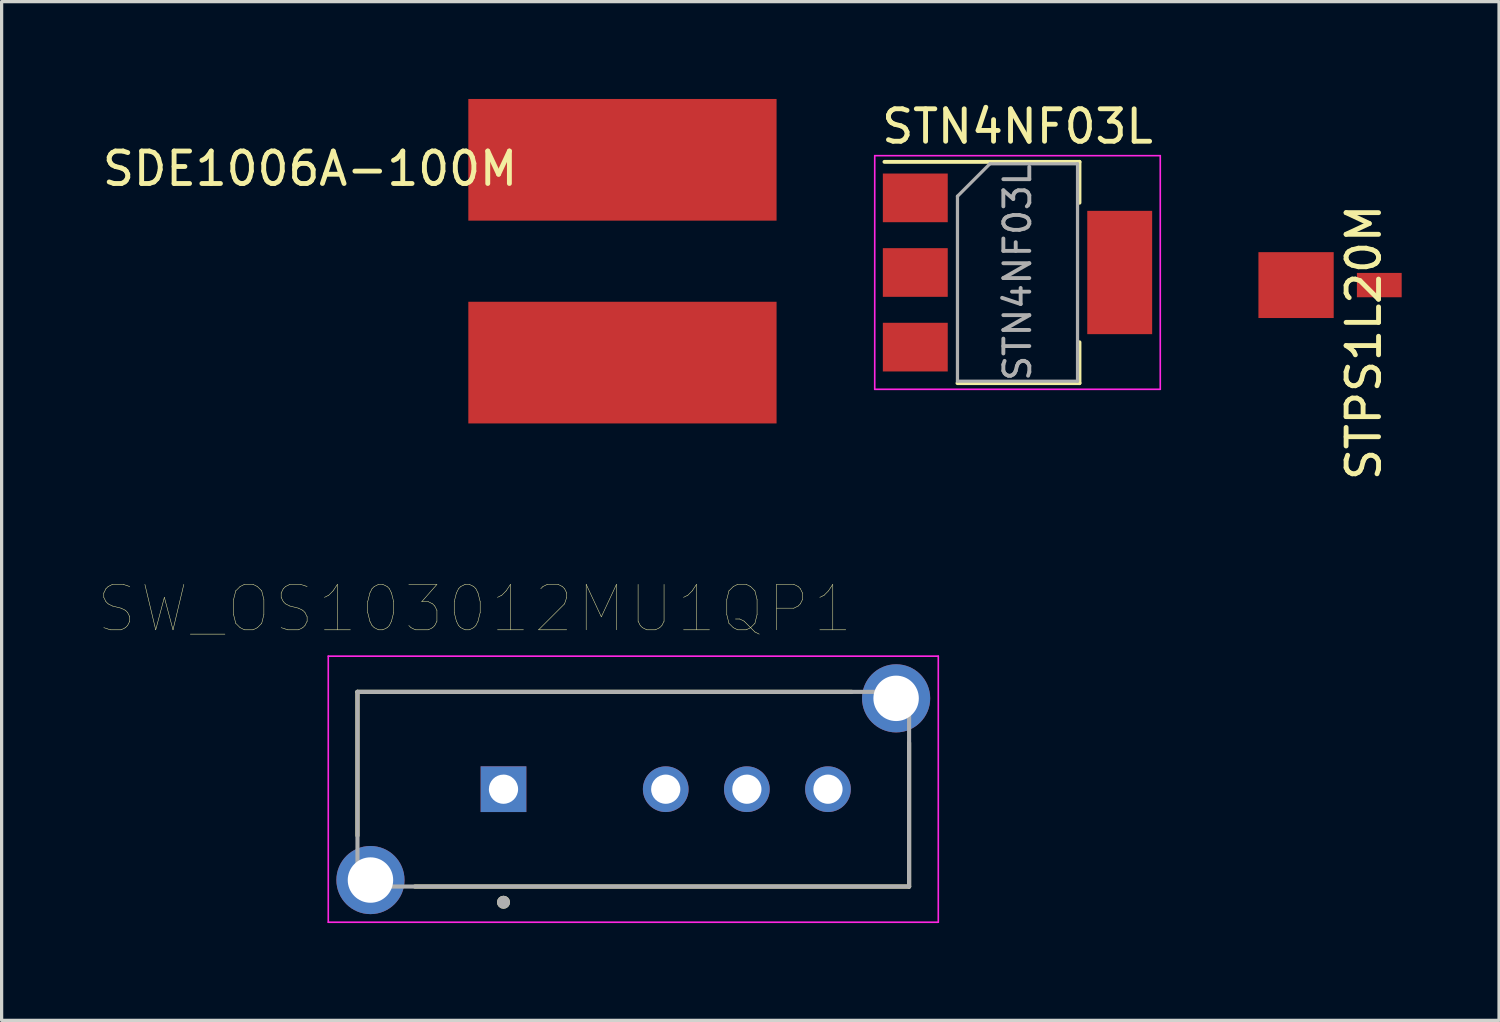
<source format=kicad_pcb>
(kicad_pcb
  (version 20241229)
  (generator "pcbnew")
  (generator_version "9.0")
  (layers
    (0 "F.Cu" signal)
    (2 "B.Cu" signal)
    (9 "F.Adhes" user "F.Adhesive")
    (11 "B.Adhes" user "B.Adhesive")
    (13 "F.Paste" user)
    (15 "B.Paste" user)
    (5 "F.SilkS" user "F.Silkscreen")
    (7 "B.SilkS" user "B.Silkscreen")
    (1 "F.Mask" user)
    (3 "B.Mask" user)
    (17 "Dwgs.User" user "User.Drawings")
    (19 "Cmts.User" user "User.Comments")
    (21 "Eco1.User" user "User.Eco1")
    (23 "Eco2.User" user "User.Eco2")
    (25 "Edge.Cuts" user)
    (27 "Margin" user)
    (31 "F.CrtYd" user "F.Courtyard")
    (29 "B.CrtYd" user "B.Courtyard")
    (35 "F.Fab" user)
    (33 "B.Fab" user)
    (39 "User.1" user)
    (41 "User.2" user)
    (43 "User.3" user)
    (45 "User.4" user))
  (footprint "SDE1006A-100M"
    (layer "F.Cu")
    (at 16.133 3.75)
    (property "Reference" "SDE1006A-100M" (at -9.627 -1.6 0) (layer "F.SilkS") (effects (font (size 1 1) (thickness 0.15))))
    (attr through_hole)
    (pad "1" smd rect (at 0 -1.875) (size 9.5 3.75) (layers "F.Cu" "F.Mask" "F.Paste"))
    (pad "2" smd rect (at 0 4.375) (size 9.5 3.75) (layers "F.Cu" "F.Mask" "F.Paste")))
  (footprint "SW_OS103012MU1QP1"
    (layer "F.Cu")
    (at 16.467 21.272)
    (property "Reference" "SW_OS103012MU1QP1" (at -4.885 -5.559 0) (layer "F.SilkS") (effects (font (size 1.4 1.4) (thickness 0.015))))
    (attr through_hole)
    (fp_line (start -8.5 -3) (end -8.5 1.43) (stroke (width 0.127) (type solid)) (layer "F.SilkS"))
    (fp_line (start -6.73 3) (end 8.5 3) (stroke (width 0.127) (type solid)) (layer "F.SilkS"))
    (fp_line (start 6.73 -3) (end -8.5 -3) (stroke (width 0.127) (type solid)) (layer "F.SilkS"))
    (fp_line (start 8.5 3) (end 8.5 -1.43) (stroke (width 0.127) (type solid)) (layer "F.SilkS"))
    (fp_circle (center -4 3.484) (end -3.9 3.484) (stroke (width 0.2) (type solid)) (fill no) (layer "F.SilkS"))
    (fp_line (start -9.4 -4.1) (end -9.4 4.1) (stroke (width 0.05) (type solid)) (layer "F.CrtYd"))
    (fp_line (start -9.4 4.1) (end 9.4 4.1) (stroke (width 0.05) (type solid)) (layer "F.CrtYd"))
    (fp_line (start 9.4 -4.1) (end -9.4 -4.1) (stroke (width 0.05) (type solid)) (layer "F.CrtYd"))
    (fp_line (start 9.4 4.1) (end 9.4 -4.1) (stroke (width 0.05) (type solid)) (layer "F.CrtYd"))
    (fp_line (start -8.5 -3) (end -8.5 3) (stroke (width 0.127) (type solid)) (layer "F.Fab"))
    (fp_line (start -8.5 3) (end 8.5 3) (stroke (width 0.127) (type solid)) (layer "F.Fab"))
    (fp_line (start 8.5 -3) (end -8.5 -3) (stroke (width 0.127) (type solid)) (layer "F.Fab"))
    (fp_line (start 8.5 3) (end 8.5 -3) (stroke (width 0.127) (type solid)) (layer "F.Fab"))
    (fp_circle (center -4 3.484) (end -3.9 3.484) (stroke (width 0.2) (type solid)) (fill no) (layer "F.Fab"))
    (pad "1" thru_hole rect (at -4 0) (size 1.408 1.408) (drill 0.9) (layers "*.Cu" "*.Mask"))
    (pad "2" thru_hole circle (at 1 0) (size 1.408 1.408) (drill 0.9) (layers "*.Cu" "*.Mask"))
    (pad "3" thru_hole circle (at 3.5 0) (size 1.408 1.408) (drill 0.9) (layers "*.Cu" "*.Mask"))
    (pad "4" thru_hole circle (at 6 0) (size 1.408 1.408) (drill 0.9) (layers "*.Cu" "*.Mask"))
    (pad "S1" thru_hole circle (at -8.1 2.8) (size 2.1 2.1) (drill 1.4) (layers "*.Cu" "*.Mask"))
    (pad "S2" thru_hole circle (at 8.1 -2.8) (size 2.1 2.1) (drill 1.4) (layers "*.Cu" "*.Mask")))
  (footprint "STPS1L20M"
    (layer "F.Cu")
    (at 38.188 0.25)
    (property "Reference" "STPS1L20M" (at 0.792 7.254 270) (layer "F.SilkS") (effects (font (size 1 1) (thickness 0.15))))
    (attr through_hole)
    (pad "1" smd rect (at 1.27 5.486) (size 1.38 0.75) (layers "F.Cu" "F.Mask" "F.Paste"))
    (pad "2" smd rect (at -1.295 5.486) (size 2.32 2.03) (layers "F.Cu" "F.Mask" "F.Paste")))
  (footprint "STN4NF03L"
    (layer "F.Cu")
    (at 28.308 5.348)
    (property "Reference" "STN4NF03L" (at 0 -4.5 0) (layer "F.SilkS") (effects (font (size 1 1) (thickness 0.15))))
    (attr smd)
    (fp_line (start -4.1 -3.41) (end 1.91 -3.41) (stroke (width 0.12) (type solid)) (layer "F.SilkS"))
    (fp_line (start -1.85 3.41) (end 1.91 3.41) (stroke (width 0.12) (type solid)) (layer "F.SilkS"))
    (fp_line (start 1.91 -3.41) (end 1.91 -2.15) (stroke (width 0.12) (type solid)) (layer "F.SilkS"))
    (fp_line (start 1.91 3.41) (end 1.91 2.15) (stroke (width 0.12) (type solid)) (layer "F.SilkS"))
    (fp_line (start -4.4 -3.6) (end -4.4 3.6) (stroke (width 0.05) (type solid)) (layer "F.CrtYd"))
    (fp_line (start -4.4 3.6) (end 4.4 3.6) (stroke (width 0.05) (type solid)) (layer "F.CrtYd"))
    (fp_line (start 4.4 -3.6) (end -4.4 -3.6) (stroke (width 0.05) (type solid)) (layer "F.CrtYd"))
    (fp_line (start 4.4 3.6) (end 4.4 -3.6) (stroke (width 0.05) (type solid)) (layer "F.CrtYd"))
    (fp_line (start -1.85 -2.35) (end -1.85 3.35) (stroke (width 0.1) (type solid)) (layer "F.Fab"))
    (fp_line (start -1.85 -2.35) (end -0.85 -3.35) (stroke (width 0.1) (type solid)) (layer "F.Fab"))
    (fp_line (start -1.85 3.35) (end 1.85 3.35) (stroke (width 0.1) (type solid)) (layer "F.Fab"))
    (fp_line (start -0.85 -3.35) (end 1.85 -3.35) (stroke (width 0.1) (type solid)) (layer "F.Fab"))
    (fp_line (start 1.85 -3.35) (end 1.85 3.35) (stroke (width 0.1) (type solid)) (layer "F.Fab"))
    (fp_text user "${REFERENCE}" (at 0 0 90) (layer "F.Fab") (effects (font (size 0.8 0.8) (thickness 0.12))))
    (pad "1" smd rect (at -3.15 -2.3) (size 2 1.5) (layers "F.Cu" "F.Mask" "F.Paste"))
    (pad "2" smd rect (at -3.15 0) (size 2 1.5) (layers "F.Cu" "F.Mask" "F.Paste"))
    (pad "2" smd rect (at 3.15 0) (size 2 3.8) (layers "F.Cu" "F.Mask" "F.Paste"))
    (pad "3" smd rect (at -3.15 2.3) (size 2 1.5) (layers "F.Cu" "F.Mask" "F.Paste")))
  (gr_rect
    (start -3 -3)
    (end 43.148 28.397)
    (stroke (width 0.1) (type default))
    (fill no)
    (layer "Edge.Cuts")))
</source>
